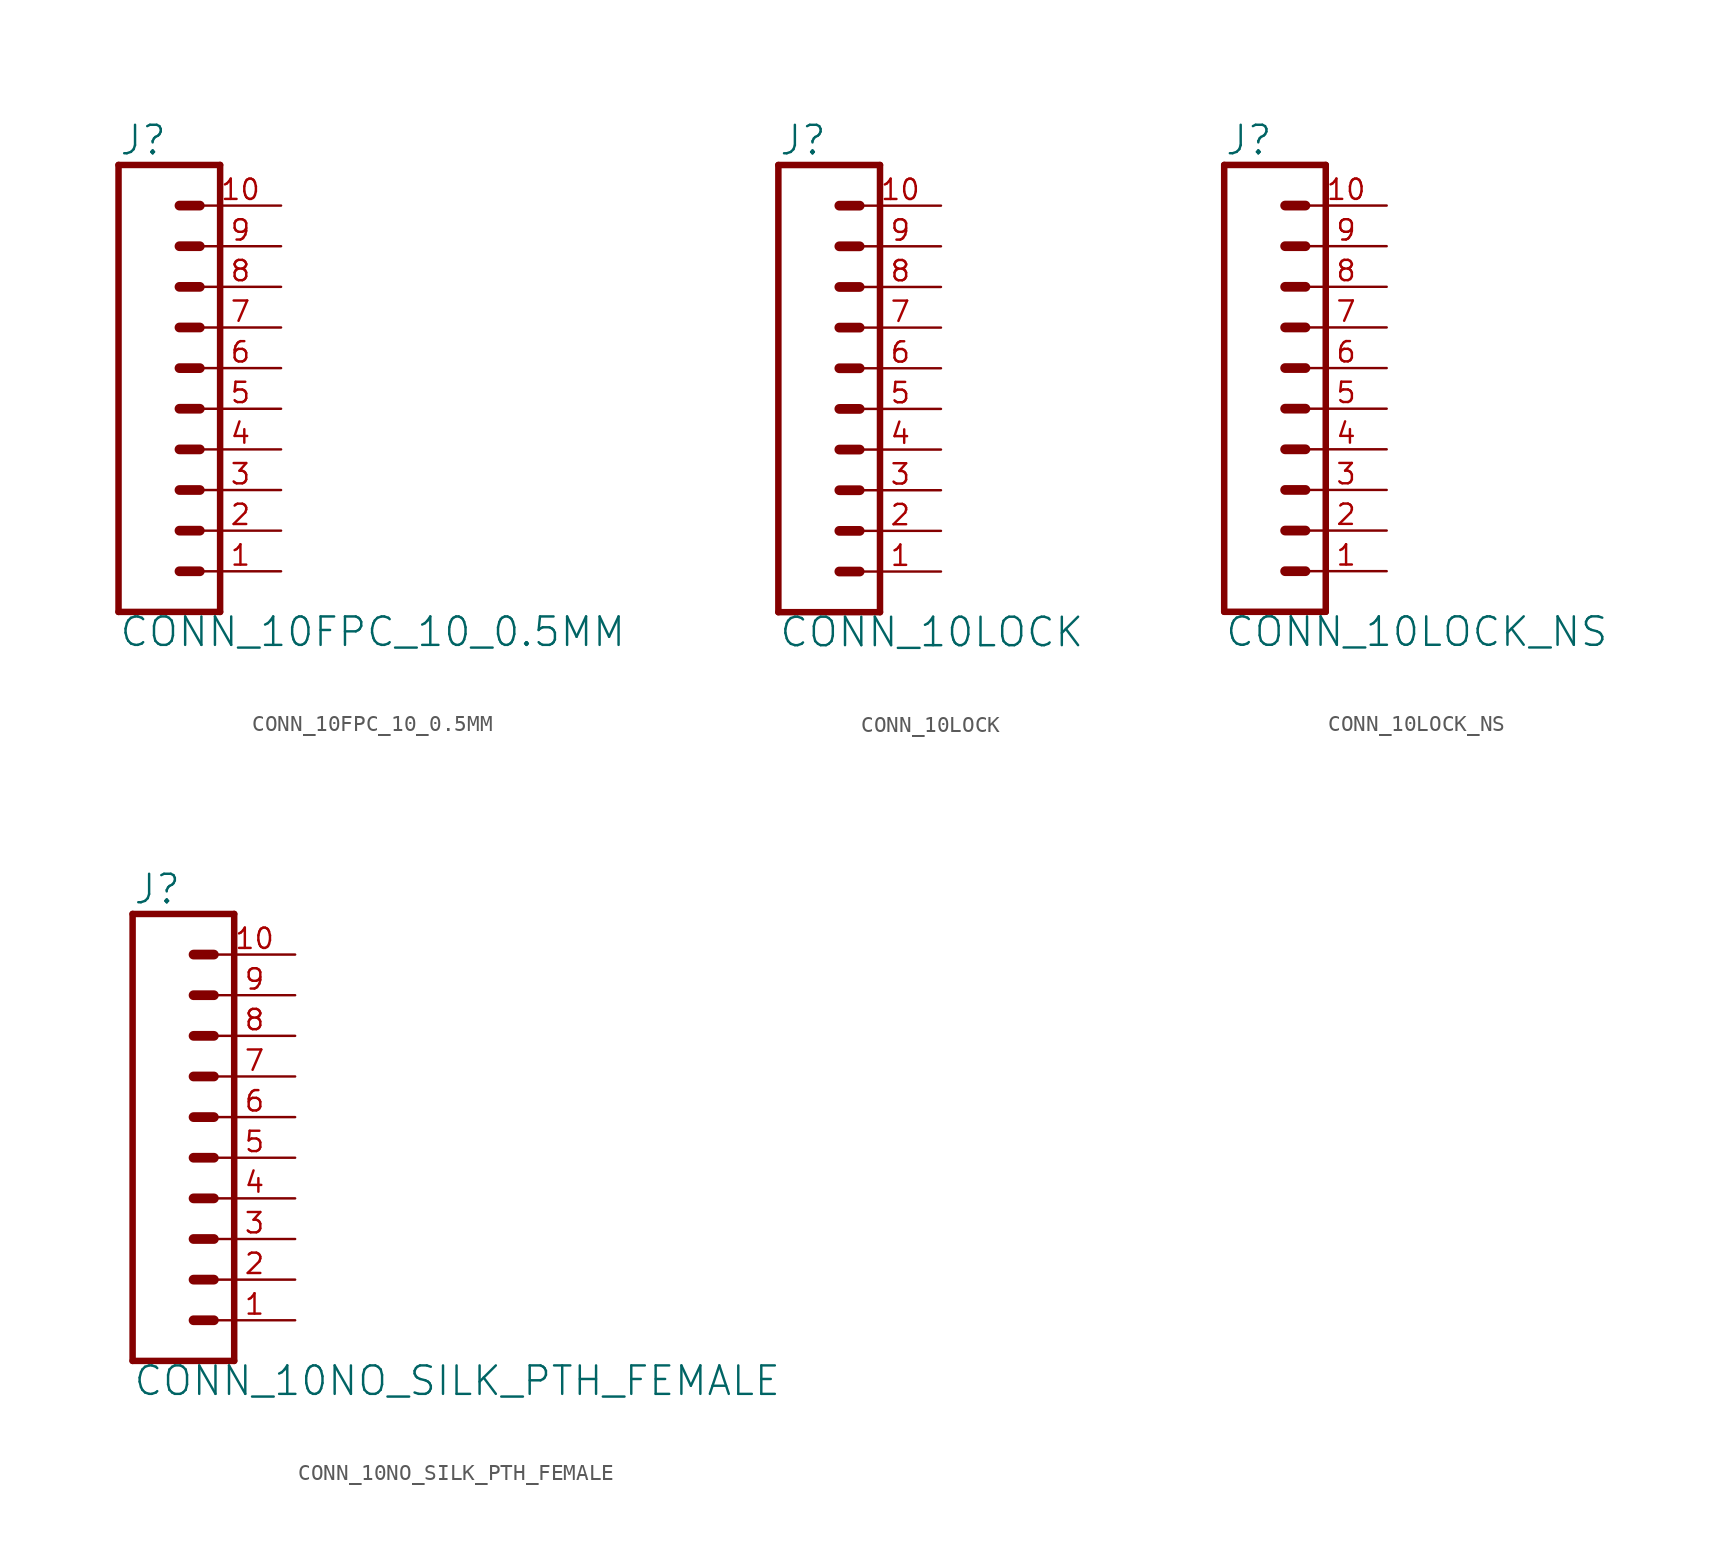
<source format=kicad_sym>
(kicad_symbol_lib
  (version 20211014)
  (generator kicad_symbol_editor)
  (symbol "CONN_10FPC_10_0.5MM"
    (property "Reference" "J"
      (at 0 8.128 0)
      (effects (font (size 1.778 1.778)) (justify left bottom)))
    (property "Value" "CONN_10FPC_10_0.5MM"
      (at 0 -22.606 0)
      (effects (font (size 1.778 1.778)) (justify left bottom)))
    (property "ki_locked" ""
      (at 0 0 0)
      (effects (font (size 1.27 1.27))))
    (symbol "CONN_10FPC_10_0.5MM_1_0"
      (polyline (pts (xy 0 7.62) (xy 0 -20.32)) (stroke (width 0.406) (type default) (color 0 0 0 0)) (fill (type none)))
      (polyline (pts (xy 0 7.62) (xy 6.35 7.62)) (stroke (width 0.406) (type default) (color 0 0 0 0)) (fill (type none)))
      (polyline (pts (xy 3.81 -17.78) (xy 5.08 -17.78)) (stroke (width 0.61) (type default) (color 0 0 0 0)) (fill (type none)))
      (polyline (pts (xy 3.81 -15.24) (xy 5.08 -15.24)) (stroke (width 0.61) (type default) (color 0 0 0 0)) (fill (type none)))
      (polyline (pts (xy 3.81 -12.7) (xy 5.08 -12.7)) (stroke (width 0.61) (type default) (color 0 0 0 0)) (fill (type none)))
      (polyline (pts (xy 3.81 -10.16) (xy 5.08 -10.16)) (stroke (width 0.61) (type default) (color 0 0 0 0)) (fill (type none)))
      (polyline (pts (xy 3.81 -7.62) (xy 5.08 -7.62)) (stroke (width 0.61) (type default) (color 0 0 0 0)) (fill (type none)))
      (polyline (pts (xy 3.81 -5.08) (xy 5.08 -5.08)) (stroke (width 0.61) (type default) (color 0 0 0 0)) (fill (type none)))
      (polyline (pts (xy 3.81 -2.54) (xy 5.08 -2.54)) (stroke (width 0.61) (type default) (color 0 0 0 0)) (fill (type none)))
      (polyline (pts (xy 3.81 0) (xy 5.08 0)) (stroke (width 0.61) (type default) (color 0 0 0 0)) (fill (type none)))
      (polyline (pts (xy 3.81 2.54) (xy 5.08 2.54)) (stroke (width 0.61) (type default) (color 0 0 0 0)) (fill (type none)))
      (polyline (pts (xy 3.81 5.08) (xy 5.08 5.08)) (stroke (width 0.61) (type default) (color 0 0 0 0)) (fill (type none)))
      (polyline (pts (xy 6.35 -20.32) (xy 0 -20.32)) (stroke (width 0.406) (type default) (color 0 0 0 0)) (fill (type none)))
      (polyline (pts (xy 6.35 -20.32) (xy 6.35 7.62)) (stroke (width 0.406) (type default) (color 0 0 0 0)) (fill (type none)))
      (pin passive line (at 10.16 -17.78 180) (length 5.08) (name "1" (effects (font (size 0 0)))) (number "1" (effects (font (size 1.27 1.27)))))
      (pin passive line (at 10.16 5.08 180) (length 5.08) (name "10" (effects (font (size 0 0)))) (number "10" (effects (font (size 1.27 1.27)))))
      (pin passive line (at 10.16 -15.24 180) (length 5.08) (name "2" (effects (font (size 0 0)))) (number "2" (effects (font (size 1.27 1.27)))))
      (pin passive line (at 10.16 -12.7 180) (length 5.08) (name "3" (effects (font (size 0 0)))) (number "3" (effects (font (size 1.27 1.27)))))
      (pin passive line (at 10.16 -10.16 180) (length 5.08) (name "4" (effects (font (size 0 0)))) (number "4" (effects (font (size 1.27 1.27)))))
      (pin passive line (at 10.16 -7.62 180) (length 5.08) (name "5" (effects (font (size 0 0)))) (number "5" (effects (font (size 1.27 1.27)))))
      (pin passive line (at 10.16 -5.08 180) (length 5.08) (name "6" (effects (font (size 0 0)))) (number "6" (effects (font (size 1.27 1.27)))))
      (pin passive line (at 10.16 -2.54 180) (length 5.08) (name "7" (effects (font (size 0 0)))) (number "7" (effects (font (size 1.27 1.27)))))
      (pin passive line (at 10.16 0 180) (length 5.08) (name "8" (effects (font (size 0 0)))) (number "8" (effects (font (size 1.27 1.27)))))
      (pin passive line (at 10.16 2.54 180) (length 5.08) (name "9" (effects (font (size 0 0)))) (number "9" (effects (font (size 1.27 1.27)))))))
  (symbol "CONN_10LOCK"
    (property "Reference" "J"
      (at 0 8.128 0)
      (effects (font (size 1.778 1.778)) (justify left bottom)))
    (property "Value" "CONN_10LOCK"
      (at 0 -22.606 0)
      (effects (font (size 1.778 1.778)) (justify left bottom)))
    (property "ki_locked" ""
      (at 0 0 0)
      (effects (font (size 1.27 1.27))))
    (symbol "CONN_10LOCK_1_0"
      (polyline (pts (xy 0 7.62) (xy 0 -20.32)) (stroke (width 0.406) (type default) (color 0 0 0 0)) (fill (type none)))
      (polyline (pts (xy 0 7.62) (xy 6.35 7.62)) (stroke (width 0.406) (type default) (color 0 0 0 0)) (fill (type none)))
      (polyline (pts (xy 3.81 -17.78) (xy 5.08 -17.78)) (stroke (width 0.61) (type default) (color 0 0 0 0)) (fill (type none)))
      (polyline (pts (xy 3.81 -15.24) (xy 5.08 -15.24)) (stroke (width 0.61) (type default) (color 0 0 0 0)) (fill (type none)))
      (polyline (pts (xy 3.81 -12.7) (xy 5.08 -12.7)) (stroke (width 0.61) (type default) (color 0 0 0 0)) (fill (type none)))
      (polyline (pts (xy 3.81 -10.16) (xy 5.08 -10.16)) (stroke (width 0.61) (type default) (color 0 0 0 0)) (fill (type none)))
      (polyline (pts (xy 3.81 -7.62) (xy 5.08 -7.62)) (stroke (width 0.61) (type default) (color 0 0 0 0)) (fill (type none)))
      (polyline (pts (xy 3.81 -5.08) (xy 5.08 -5.08)) (stroke (width 0.61) (type default) (color 0 0 0 0)) (fill (type none)))
      (polyline (pts (xy 3.81 -2.54) (xy 5.08 -2.54)) (stroke (width 0.61) (type default) (color 0 0 0 0)) (fill (type none)))
      (polyline (pts (xy 3.81 0) (xy 5.08 0)) (stroke (width 0.61) (type default) (color 0 0 0 0)) (fill (type none)))
      (polyline (pts (xy 3.81 2.54) (xy 5.08 2.54)) (stroke (width 0.61) (type default) (color 0 0 0 0)) (fill (type none)))
      (polyline (pts (xy 3.81 5.08) (xy 5.08 5.08)) (stroke (width 0.61) (type default) (color 0 0 0 0)) (fill (type none)))
      (polyline (pts (xy 6.35 -20.32) (xy 0 -20.32)) (stroke (width 0.406) (type default) (color 0 0 0 0)) (fill (type none)))
      (polyline (pts (xy 6.35 -20.32) (xy 6.35 7.62)) (stroke (width 0.406) (type default) (color 0 0 0 0)) (fill (type none)))
      (pin passive line (at 10.16 -17.78 180) (length 5.08) (name "1" (effects (font (size 0 0)))) (number "1" (effects (font (size 1.27 1.27)))))
      (pin passive line (at 10.16 5.08 180) (length 5.08) (name "10" (effects (font (size 0 0)))) (number "10" (effects (font (size 1.27 1.27)))))
      (pin passive line (at 10.16 -15.24 180) (length 5.08) (name "2" (effects (font (size 0 0)))) (number "2" (effects (font (size 1.27 1.27)))))
      (pin passive line (at 10.16 -12.7 180) (length 5.08) (name "3" (effects (font (size 0 0)))) (number "3" (effects (font (size 1.27 1.27)))))
      (pin passive line (at 10.16 -10.16 180) (length 5.08) (name "4" (effects (font (size 0 0)))) (number "4" (effects (font (size 1.27 1.27)))))
      (pin passive line (at 10.16 -7.62 180) (length 5.08) (name "5" (effects (font (size 0 0)))) (number "5" (effects (font (size 1.27 1.27)))))
      (pin passive line (at 10.16 -5.08 180) (length 5.08) (name "6" (effects (font (size 0 0)))) (number "6" (effects (font (size 1.27 1.27)))))
      (pin passive line (at 10.16 -2.54 180) (length 5.08) (name "7" (effects (font (size 0 0)))) (number "7" (effects (font (size 1.27 1.27)))))
      (pin passive line (at 10.16 0 180) (length 5.08) (name "8" (effects (font (size 0 0)))) (number "8" (effects (font (size 1.27 1.27)))))
      (pin passive line (at 10.16 2.54 180) (length 5.08) (name "9" (effects (font (size 0 0)))) (number "9" (effects (font (size 1.27 1.27)))))))
  (symbol "CONN_10LOCK_NS"
    (property "Reference" "J"
      (at 0 8.128 0)
      (effects (font (size 1.778 1.778)) (justify left bottom)))
    (property "Value" "CONN_10LOCK_NS"
      (at 0 -22.606 0)
      (effects (font (size 1.778 1.778)) (justify left bottom)))
    (property "ki_locked" ""
      (at 0 0 0)
      (effects (font (size 1.27 1.27))))
    (symbol "CONN_10LOCK_NS_1_0"
      (polyline (pts (xy 0 7.62) (xy 0 -20.32)) (stroke (width 0.406) (type default) (color 0 0 0 0)) (fill (type none)))
      (polyline (pts (xy 0 7.62) (xy 6.35 7.62)) (stroke (width 0.406) (type default) (color 0 0 0 0)) (fill (type none)))
      (polyline (pts (xy 3.81 -17.78) (xy 5.08 -17.78)) (stroke (width 0.61) (type default) (color 0 0 0 0)) (fill (type none)))
      (polyline (pts (xy 3.81 -15.24) (xy 5.08 -15.24)) (stroke (width 0.61) (type default) (color 0 0 0 0)) (fill (type none)))
      (polyline (pts (xy 3.81 -12.7) (xy 5.08 -12.7)) (stroke (width 0.61) (type default) (color 0 0 0 0)) (fill (type none)))
      (polyline (pts (xy 3.81 -10.16) (xy 5.08 -10.16)) (stroke (width 0.61) (type default) (color 0 0 0 0)) (fill (type none)))
      (polyline (pts (xy 3.81 -7.62) (xy 5.08 -7.62)) (stroke (width 0.61) (type default) (color 0 0 0 0)) (fill (type none)))
      (polyline (pts (xy 3.81 -5.08) (xy 5.08 -5.08)) (stroke (width 0.61) (type default) (color 0 0 0 0)) (fill (type none)))
      (polyline (pts (xy 3.81 -2.54) (xy 5.08 -2.54)) (stroke (width 0.61) (type default) (color 0 0 0 0)) (fill (type none)))
      (polyline (pts (xy 3.81 0) (xy 5.08 0)) (stroke (width 0.61) (type default) (color 0 0 0 0)) (fill (type none)))
      (polyline (pts (xy 3.81 2.54) (xy 5.08 2.54)) (stroke (width 0.61) (type default) (color 0 0 0 0)) (fill (type none)))
      (polyline (pts (xy 3.81 5.08) (xy 5.08 5.08)) (stroke (width 0.61) (type default) (color 0 0 0 0)) (fill (type none)))
      (polyline (pts (xy 6.35 -20.32) (xy 0 -20.32)) (stroke (width 0.406) (type default) (color 0 0 0 0)) (fill (type none)))
      (polyline (pts (xy 6.35 -20.32) (xy 6.35 7.62)) (stroke (width 0.406) (type default) (color 0 0 0 0)) (fill (type none)))
      (pin passive line (at 10.16 -17.78 180) (length 5.08) (name "1" (effects (font (size 0 0)))) (number "1" (effects (font (size 1.27 1.27)))))
      (pin passive line (at 10.16 5.08 180) (length 5.08) (name "10" (effects (font (size 0 0)))) (number "10" (effects (font (size 1.27 1.27)))))
      (pin passive line (at 10.16 -15.24 180) (length 5.08) (name "2" (effects (font (size 0 0)))) (number "2" (effects (font (size 1.27 1.27)))))
      (pin passive line (at 10.16 -12.7 180) (length 5.08) (name "3" (effects (font (size 0 0)))) (number "3" (effects (font (size 1.27 1.27)))))
      (pin passive line (at 10.16 -10.16 180) (length 5.08) (name "4" (effects (font (size 0 0)))) (number "4" (effects (font (size 1.27 1.27)))))
      (pin passive line (at 10.16 -7.62 180) (length 5.08) (name "5" (effects (font (size 0 0)))) (number "5" (effects (font (size 1.27 1.27)))))
      (pin passive line (at 10.16 -5.08 180) (length 5.08) (name "6" (effects (font (size 0 0)))) (number "6" (effects (font (size 1.27 1.27)))))
      (pin passive line (at 10.16 -2.54 180) (length 5.08) (name "7" (effects (font (size 0 0)))) (number "7" (effects (font (size 1.27 1.27)))))
      (pin passive line (at 10.16 0 180) (length 5.08) (name "8" (effects (font (size 0 0)))) (number "8" (effects (font (size 1.27 1.27)))))
      (pin passive line (at 10.16 2.54 180) (length 5.08) (name "9" (effects (font (size 0 0)))) (number "9" (effects (font (size 1.27 1.27)))))))
  (symbol "CONN_10NO_SILK_PTH_FEMALE"
    (property "Reference" "J"
      (at 0 8.128 0)
      (effects (font (size 1.778 1.778)) (justify left bottom)))
    (property "Value" "CONN_10NO_SILK_PTH_FEMALE"
      (at 0 -22.606 0)
      (effects (font (size 1.778 1.778)) (justify left bottom)))
    (property "ki_locked" ""
      (at 0 0 0)
      (effects (font (size 1.27 1.27))))
    (symbol "CONN_10NO_SILK_PTH_FEMALE_1_0"
      (polyline (pts (xy 0 7.62) (xy 0 -20.32)) (stroke (width 0.406) (type default) (color 0 0 0 0)) (fill (type none)))
      (polyline (pts (xy 0 7.62) (xy 6.35 7.62)) (stroke (width 0.406) (type default) (color 0 0 0 0)) (fill (type none)))
      (polyline (pts (xy 3.81 -17.78) (xy 5.08 -17.78)) (stroke (width 0.61) (type default) (color 0 0 0 0)) (fill (type none)))
      (polyline (pts (xy 3.81 -15.24) (xy 5.08 -15.24)) (stroke (width 0.61) (type default) (color 0 0 0 0)) (fill (type none)))
      (polyline (pts (xy 3.81 -12.7) (xy 5.08 -12.7)) (stroke (width 0.61) (type default) (color 0 0 0 0)) (fill (type none)))
      (polyline (pts (xy 3.81 -10.16) (xy 5.08 -10.16)) (stroke (width 0.61) (type default) (color 0 0 0 0)) (fill (type none)))
      (polyline (pts (xy 3.81 -7.62) (xy 5.08 -7.62)) (stroke (width 0.61) (type default) (color 0 0 0 0)) (fill (type none)))
      (polyline (pts (xy 3.81 -5.08) (xy 5.08 -5.08)) (stroke (width 0.61) (type default) (color 0 0 0 0)) (fill (type none)))
      (polyline (pts (xy 3.81 -2.54) (xy 5.08 -2.54)) (stroke (width 0.61) (type default) (color 0 0 0 0)) (fill (type none)))
      (polyline (pts (xy 3.81 0) (xy 5.08 0)) (stroke (width 0.61) (type default) (color 0 0 0 0)) (fill (type none)))
      (polyline (pts (xy 3.81 2.54) (xy 5.08 2.54)) (stroke (width 0.61) (type default) (color 0 0 0 0)) (fill (type none)))
      (polyline (pts (xy 3.81 5.08) (xy 5.08 5.08)) (stroke (width 0.61) (type default) (color 0 0 0 0)) (fill (type none)))
      (polyline (pts (xy 6.35 -20.32) (xy 0 -20.32)) (stroke (width 0.406) (type default) (color 0 0 0 0)) (fill (type none)))
      (polyline (pts (xy 6.35 -20.32) (xy 6.35 7.62)) (stroke (width 0.406) (type default) (color 0 0 0 0)) (fill (type none)))
      (pin passive line (at 10.16 -17.78 180) (length 5.08) (name "1" (effects (font (size 0 0)))) (number "1" (effects (font (size 1.27 1.27)))))
      (pin passive line (at 10.16 5.08 180) (length 5.08) (name "10" (effects (font (size 0 0)))) (number "10" (effects (font (size 1.27 1.27)))))
      (pin passive line (at 10.16 -15.24 180) (length 5.08) (name "2" (effects (font (size 0 0)))) (number "2" (effects (font (size 1.27 1.27)))))
      (pin passive line (at 10.16 -12.7 180) (length 5.08) (name "3" (effects (font (size 0 0)))) (number "3" (effects (font (size 1.27 1.27)))))
      (pin passive line (at 10.16 -10.16 180) (length 5.08) (name "4" (effects (font (size 0 0)))) (number "4" (effects (font (size 1.27 1.27)))))
      (pin passive line (at 10.16 -7.62 180) (length 5.08) (name "5" (effects (font (size 0 0)))) (number "5" (effects (font (size 1.27 1.27)))))
      (pin passive line (at 10.16 -5.08 180) (length 5.08) (name "6" (effects (font (size 0 0)))) (number "6" (effects (font (size 1.27 1.27)))))
      (pin passive line (at 10.16 -2.54 180) (length 5.08) (name "7" (effects (font (size 0 0)))) (number "7" (effects (font (size 1.27 1.27)))))
      (pin passive line (at 10.16 0 180) (length 5.08) (name "8" (effects (font (size 0 0)))) (number "8" (effects (font (size 1.27 1.27)))))
      (pin passive line (at 10.16 2.54 180) (length 5.08) (name "9" (effects (font (size 0 0)))) (number "9" (effects (font (size 1.27 1.27))))))))
</source>
